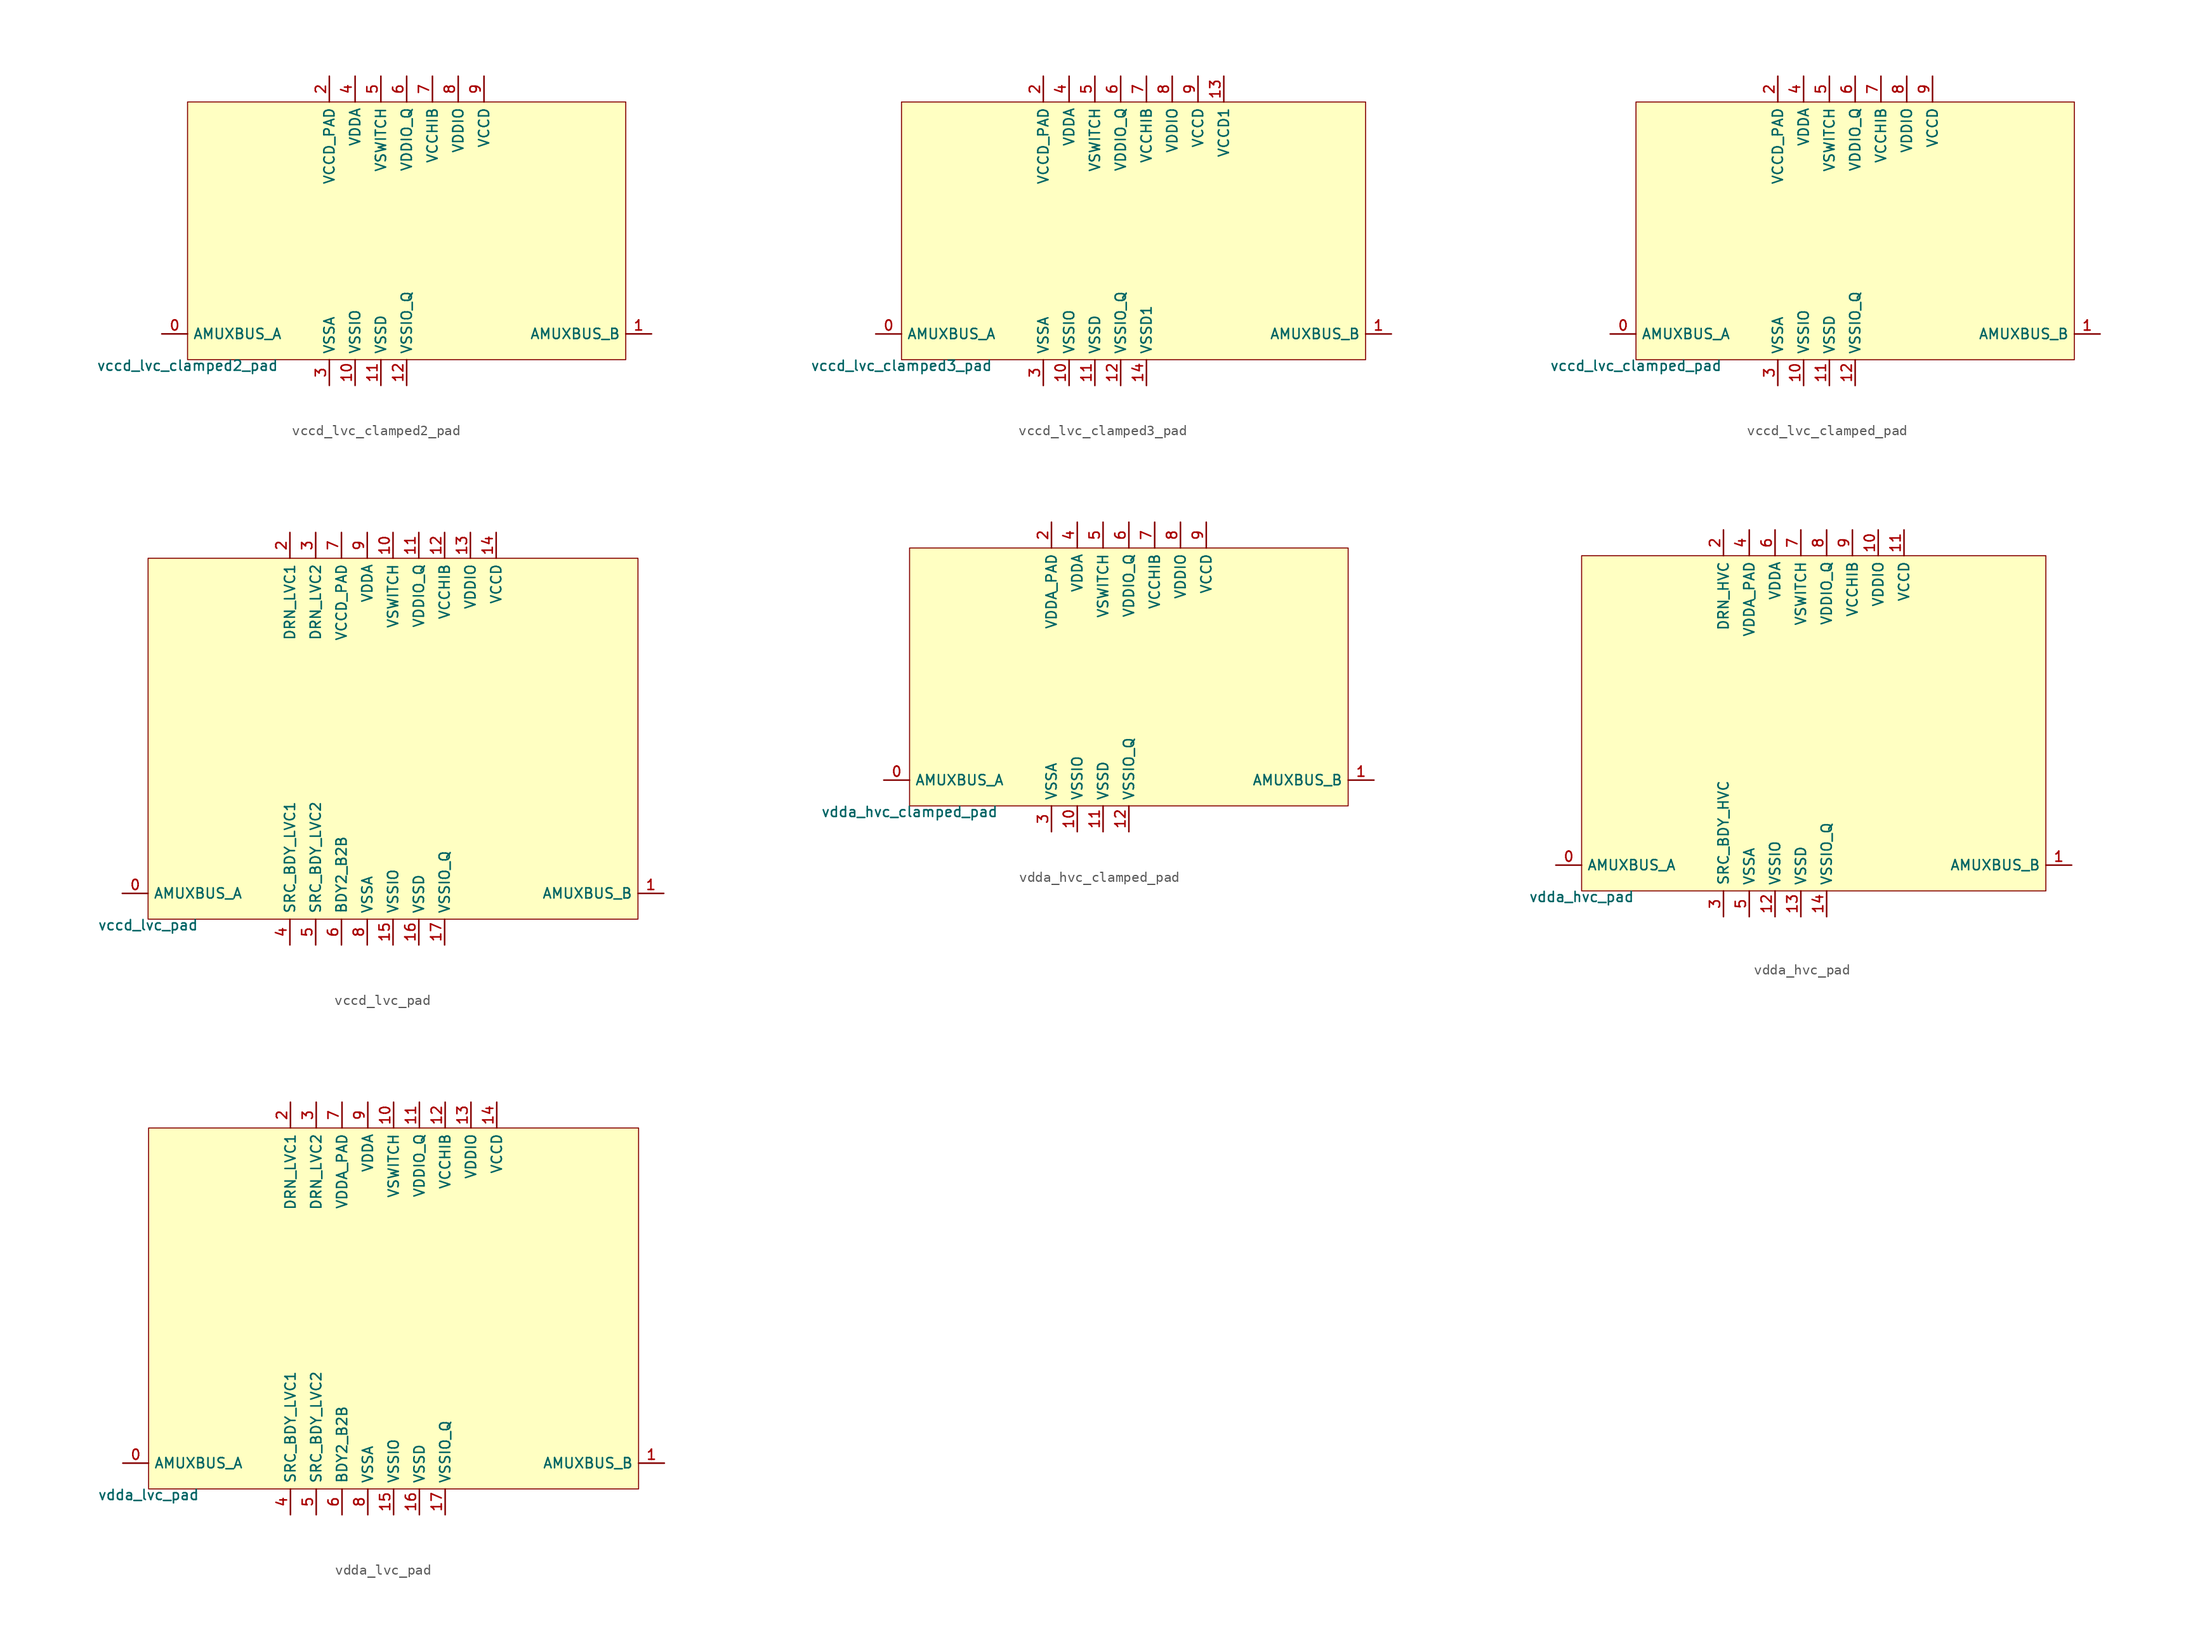
<source format=kicad_sym>
(kicad_symbol_lib
  (version 20211014)
  (generator lef2kicad_sym)
  (symbol "vccd_lvc_clamped2_pad"
    (property "Reference" "CELL"
      (at 0 0 0)
      (effects (font (size 1 1)) hide))
    (property "Value" "vccd_lvc_clamped2_pad"
      (at -21.59 -12.7 0)
      (effects (font (size 1 1)) (justify top)))
    (rectangle
      (start -21.59 -12.7)
      (end 21.59 12.7)
      (stroke (width 0.1) (type solid) (color 0 0 0 0))
      (fill (type background)))
    (pin bidirectional line
      (at -24.13 -10.16 0)
      (length 2.54)
      (name "AMUXBUS_A" (effects (font (size 1 1)) hide))
      (number "0" (effects (font (size 1 1)) hide)))
    (pin bidirectional line
      (at 24.13 -10.16 180)
      (length 2.54)
      (name "AMUXBUS_B" (effects (font (size 1 1)) hide))
      (number "1" (effects (font (size 1 1)) hide)))
    (pin power_in line
      (at -7.62 15.24 270)
      (length 2.54)
      (name "VCCD_PAD" (effects (font (size 1 1)) hide))
      (number "2" (effects (font (size 1 1)) hide)))
    (pin power_in line
      (at -7.62 -15.24 90)
      (length 2.54)
      (name "VSSA" (effects (font (size 1 1)) hide))
      (number "3" (effects (font (size 1 1)) hide)))
    (pin power_in line
      (at -5.08 15.24 270)
      (length 2.54)
      (name "VDDA" (effects (font (size 1 1)) hide))
      (number "4" (effects (font (size 1 1)) hide)))
    (pin power_in line
      (at -2.54 15.24 270)
      (length 2.54)
      (name "VSWITCH" (effects (font (size 1 1)) hide))
      (number "5" (effects (font (size 1 1)) hide)))
    (pin power_in line
      (at 0.0 15.24 270)
      (length 2.54)
      (name "VDDIO_Q" (effects (font (size 1 1)) hide))
      (number "6" (effects (font (size 1 1)) hide)))
    (pin power_in line
      (at 2.54 15.24 270)
      (length 2.54)
      (name "VCCHIB" (effects (font (size 1 1)) hide))
      (number "7" (effects (font (size 1 1)) hide)))
    (pin power_in line
      (at 5.08 15.24 270)
      (length 2.54)
      (name "VDDIO" (effects (font (size 1 1)) hide))
      (number "8" (effects (font (size 1 1)) hide)))
    (pin power_in line
      (at 7.62 15.24 270)
      (length 2.54)
      (name "VCCD" (effects (font (size 1 1)) hide))
      (number "9" (effects (font (size 1 1)) hide)))
    (pin power_in line
      (at -5.08 -15.24 90)
      (length 2.54)
      (name "VSSIO" (effects (font (size 1 1)) hide))
      (number "10" (effects (font (size 1 1)) hide)))
    (pin power_in line
      (at -2.54 -15.24 90)
      (length 2.54)
      (name "VSSD" (effects (font (size 1 1)) hide))
      (number "11" (effects (font (size 1 1)) hide)))
    (pin power_in line
      (at 0.0 -15.24 90)
      (length 2.54)
      (name "VSSIO_Q" (effects (font (size 1 1)) hide))
      (number "12" (effects (font (size 1 1)) hide))))
  (symbol "vccd_lvc_clamped3_pad"
    (property "Reference" "CELL"
      (at 0 0 0)
      (effects (font (size 1 1)) hide))
    (property "Value" "vccd_lvc_clamped3_pad"
      (at -22.86 -12.7 0)
      (effects (font (size 1 1)) (justify top)))
    (rectangle
      (start -22.86 -12.7)
      (end 22.86 12.7)
      (stroke (width 0.1) (type solid) (color 0 0 0 0))
      (fill (type background)))
    (pin bidirectional line
      (at -25.4 -10.16 0)
      (length 2.54)
      (name "AMUXBUS_A" (effects (font (size 1 1)) hide))
      (number "0" (effects (font (size 1 1)) hide)))
    (pin bidirectional line
      (at 25.4 -10.16 180)
      (length 2.54)
      (name "AMUXBUS_B" (effects (font (size 1 1)) hide))
      (number "1" (effects (font (size 1 1)) hide)))
    (pin power_in line
      (at -8.89 15.24 270)
      (length 2.54)
      (name "VCCD_PAD" (effects (font (size 1 1)) hide))
      (number "2" (effects (font (size 1 1)) hide)))
    (pin power_in line
      (at -8.89 -15.24 90)
      (length 2.54)
      (name "VSSA" (effects (font (size 1 1)) hide))
      (number "3" (effects (font (size 1 1)) hide)))
    (pin power_in line
      (at -6.35 15.24 270)
      (length 2.54)
      (name "VDDA" (effects (font (size 1 1)) hide))
      (number "4" (effects (font (size 1 1)) hide)))
    (pin power_in line
      (at -3.81 15.24 270)
      (length 2.54)
      (name "VSWITCH" (effects (font (size 1 1)) hide))
      (number "5" (effects (font (size 1 1)) hide)))
    (pin power_in line
      (at -1.27 15.24 270)
      (length 2.54)
      (name "VDDIO_Q" (effects (font (size 1 1)) hide))
      (number "6" (effects (font (size 1 1)) hide)))
    (pin power_in line
      (at 1.27 15.24 270)
      (length 2.54)
      (name "VCCHIB" (effects (font (size 1 1)) hide))
      (number "7" (effects (font (size 1 1)) hide)))
    (pin power_in line
      (at 3.81 15.24 270)
      (length 2.54)
      (name "VDDIO" (effects (font (size 1 1)) hide))
      (number "8" (effects (font (size 1 1)) hide)))
    (pin power_in line
      (at 6.35 15.24 270)
      (length 2.54)
      (name "VCCD" (effects (font (size 1 1)) hide))
      (number "9" (effects (font (size 1 1)) hide)))
    (pin power_in line
      (at -6.35 -15.24 90)
      (length 2.54)
      (name "VSSIO" (effects (font (size 1 1)) hide))
      (number "10" (effects (font (size 1 1)) hide)))
    (pin power_in line
      (at -3.81 -15.24 90)
      (length 2.54)
      (name "VSSD" (effects (font (size 1 1)) hide))
      (number "11" (effects (font (size 1 1)) hide)))
    (pin power_in line
      (at -1.27 -15.24 90)
      (length 2.54)
      (name "VSSIO_Q" (effects (font (size 1 1)) hide))
      (number "12" (effects (font (size 1 1)) hide)))
    (pin power_in line
      (at 8.89 15.24 270)
      (length 2.54)
      (name "VCCD1" (effects (font (size 1 1)) hide))
      (number "13" (effects (font (size 1 1)) hide)))
    (pin power_in line
      (at 1.27 -15.24 90)
      (length 2.54)
      (name "VSSD1" (effects (font (size 1 1)) hide))
      (number "14" (effects (font (size 1 1)) hide))))
  (symbol "vccd_lvc_clamped_pad"
    (property "Reference" "CELL"
      (at 0 0 0)
      (effects (font (size 1 1)) hide))
    (property "Value" "vccd_lvc_clamped_pad"
      (at -21.59 -12.7 0)
      (effects (font (size 1 1)) (justify top)))
    (rectangle
      (start -21.59 -12.7)
      (end 21.59 12.7)
      (stroke (width 0.1) (type solid) (color 0 0 0 0))
      (fill (type background)))
    (pin bidirectional line
      (at -24.13 -10.16 0)
      (length 2.54)
      (name "AMUXBUS_A" (effects (font (size 1 1)) hide))
      (number "0" (effects (font (size 1 1)) hide)))
    (pin bidirectional line
      (at 24.13 -10.16 180)
      (length 2.54)
      (name "AMUXBUS_B" (effects (font (size 1 1)) hide))
      (number "1" (effects (font (size 1 1)) hide)))
    (pin power_in line
      (at -7.62 15.24 270)
      (length 2.54)
      (name "VCCD_PAD" (effects (font (size 1 1)) hide))
      (number "2" (effects (font (size 1 1)) hide)))
    (pin power_in line
      (at -7.62 -15.24 90)
      (length 2.54)
      (name "VSSA" (effects (font (size 1 1)) hide))
      (number "3" (effects (font (size 1 1)) hide)))
    (pin power_in line
      (at -5.08 15.24 270)
      (length 2.54)
      (name "VDDA" (effects (font (size 1 1)) hide))
      (number "4" (effects (font (size 1 1)) hide)))
    (pin power_in line
      (at -2.54 15.24 270)
      (length 2.54)
      (name "VSWITCH" (effects (font (size 1 1)) hide))
      (number "5" (effects (font (size 1 1)) hide)))
    (pin power_in line
      (at 0.0 15.24 270)
      (length 2.54)
      (name "VDDIO_Q" (effects (font (size 1 1)) hide))
      (number "6" (effects (font (size 1 1)) hide)))
    (pin power_in line
      (at 2.54 15.24 270)
      (length 2.54)
      (name "VCCHIB" (effects (font (size 1 1)) hide))
      (number "7" (effects (font (size 1 1)) hide)))
    (pin power_in line
      (at 5.08 15.24 270)
      (length 2.54)
      (name "VDDIO" (effects (font (size 1 1)) hide))
      (number "8" (effects (font (size 1 1)) hide)))
    (pin power_in line
      (at 7.62 15.24 270)
      (length 2.54)
      (name "VCCD" (effects (font (size 1 1)) hide))
      (number "9" (effects (font (size 1 1)) hide)))
    (pin power_in line
      (at -5.08 -15.24 90)
      (length 2.54)
      (name "VSSIO" (effects (font (size 1 1)) hide))
      (number "10" (effects (font (size 1 1)) hide)))
    (pin power_in line
      (at -2.54 -15.24 90)
      (length 2.54)
      (name "VSSD" (effects (font (size 1 1)) hide))
      (number "11" (effects (font (size 1 1)) hide)))
    (pin power_in line
      (at 0.0 -15.24 90)
      (length 2.54)
      (name "VSSIO_Q" (effects (font (size 1 1)) hide))
      (number "12" (effects (font (size 1 1)) hide))))
  (symbol "vccd_lvc_pad"
    (property "Reference" "CELL"
      (at 0 0 0)
      (effects (font (size 1 1)) hide))
    (property "Value" "vccd_lvc_pad"
      (at -24.13 -17.78 0)
      (effects (font (size 1 1)) (justify top)))
    (rectangle
      (start -24.13 -17.78)
      (end 24.13 17.78)
      (stroke (width 0.1) (type solid) (color 0 0 0 0))
      (fill (type background)))
    (pin bidirectional line
      (at -26.67 -15.24 0)
      (length 2.54)
      (name "AMUXBUS_A" (effects (font (size 1 1)) hide))
      (number "0" (effects (font (size 1 1)) hide)))
    (pin bidirectional line
      (at 26.67 -15.24 180)
      (length 2.54)
      (name "AMUXBUS_B" (effects (font (size 1 1)) hide))
      (number "1" (effects (font (size 1 1)) hide)))
    (pin power_in line
      (at -10.16 20.32 270)
      (length 2.54)
      (name "DRN_LVC1" (effects (font (size 1 1)) hide))
      (number "2" (effects (font (size 1 1)) hide)))
    (pin power_in line
      (at -7.62 20.32 270)
      (length 2.54)
      (name "DRN_LVC2" (effects (font (size 1 1)) hide))
      (number "3" (effects (font (size 1 1)) hide)))
    (pin power_in line
      (at -10.16 -20.32 90)
      (length 2.54)
      (name "SRC_BDY_LVC1" (effects (font (size 1 1)) hide))
      (number "4" (effects (font (size 1 1)) hide)))
    (pin power_in line
      (at -7.62 -20.32 90)
      (length 2.54)
      (name "SRC_BDY_LVC2" (effects (font (size 1 1)) hide))
      (number "5" (effects (font (size 1 1)) hide)))
    (pin power_in line
      (at -5.08 -20.32 90)
      (length 2.54)
      (name "BDY2_B2B" (effects (font (size 1 1)) hide))
      (number "6" (effects (font (size 1 1)) hide)))
    (pin power_in line
      (at -5.08 20.32 270)
      (length 2.54)
      (name "VCCD_PAD" (effects (font (size 1 1)) hide))
      (number "7" (effects (font (size 1 1)) hide)))
    (pin power_in line
      (at -2.54 -20.32 90)
      (length 2.54)
      (name "VSSA" (effects (font (size 1 1)) hide))
      (number "8" (effects (font (size 1 1)) hide)))
    (pin power_in line
      (at -2.54 20.32 270)
      (length 2.54)
      (name "VDDA" (effects (font (size 1 1)) hide))
      (number "9" (effects (font (size 1 1)) hide)))
    (pin power_in line
      (at 0.0 20.32 270)
      (length 2.54)
      (name "VSWITCH" (effects (font (size 1 1)) hide))
      (number "10" (effects (font (size 1 1)) hide)))
    (pin power_in line
      (at 2.54 20.32 270)
      (length 2.54)
      (name "VDDIO_Q" (effects (font (size 1 1)) hide))
      (number "11" (effects (font (size 1 1)) hide)))
    (pin power_in line
      (at 5.08 20.32 270)
      (length 2.54)
      (name "VCCHIB" (effects (font (size 1 1)) hide))
      (number "12" (effects (font (size 1 1)) hide)))
    (pin power_in line
      (at 7.62 20.32 270)
      (length 2.54)
      (name "VDDIO" (effects (font (size 1 1)) hide))
      (number "13" (effects (font (size 1 1)) hide)))
    (pin power_in line
      (at 10.16 20.32 270)
      (length 2.54)
      (name "VCCD" (effects (font (size 1 1)) hide))
      (number "14" (effects (font (size 1 1)) hide)))
    (pin power_in line
      (at 0.0 -20.32 90)
      (length 2.54)
      (name "VSSIO" (effects (font (size 1 1)) hide))
      (number "15" (effects (font (size 1 1)) hide)))
    (pin power_in line
      (at 2.54 -20.32 90)
      (length 2.54)
      (name "VSSD" (effects (font (size 1 1)) hide))
      (number "16" (effects (font (size 1 1)) hide)))
    (pin power_in line
      (at 5.08 -20.32 90)
      (length 2.54)
      (name "VSSIO_Q" (effects (font (size 1 1)) hide))
      (number "17" (effects (font (size 1 1)) hide))))
  (symbol "vdda_hvc_clamped_pad"
    (property "Reference" "CELL"
      (at 0 0 0)
      (effects (font (size 1 1)) hide))
    (property "Value" "vdda_hvc_clamped_pad"
      (at -21.59 -12.7 0)
      (effects (font (size 1 1)) (justify top)))
    (rectangle
      (start -21.59 -12.7)
      (end 21.59 12.7)
      (stroke (width 0.1) (type solid) (color 0 0 0 0))
      (fill (type background)))
    (pin bidirectional line
      (at -24.13 -10.16 0)
      (length 2.54)
      (name "AMUXBUS_A" (effects (font (size 1 1)) hide))
      (number "0" (effects (font (size 1 1)) hide)))
    (pin bidirectional line
      (at 24.13 -10.16 180)
      (length 2.54)
      (name "AMUXBUS_B" (effects (font (size 1 1)) hide))
      (number "1" (effects (font (size 1 1)) hide)))
    (pin power_in line
      (at -7.62 15.24 270)
      (length 2.54)
      (name "VDDA_PAD" (effects (font (size 1 1)) hide))
      (number "2" (effects (font (size 1 1)) hide)))
    (pin power_in line
      (at -7.62 -15.24 90)
      (length 2.54)
      (name "VSSA" (effects (font (size 1 1)) hide))
      (number "3" (effects (font (size 1 1)) hide)))
    (pin power_in line
      (at -5.08 15.24 270)
      (length 2.54)
      (name "VDDA" (effects (font (size 1 1)) hide))
      (number "4" (effects (font (size 1 1)) hide)))
    (pin power_in line
      (at -2.54 15.24 270)
      (length 2.54)
      (name "VSWITCH" (effects (font (size 1 1)) hide))
      (number "5" (effects (font (size 1 1)) hide)))
    (pin power_in line
      (at 0.0 15.24 270)
      (length 2.54)
      (name "VDDIO_Q" (effects (font (size 1 1)) hide))
      (number "6" (effects (font (size 1 1)) hide)))
    (pin power_in line
      (at 2.54 15.24 270)
      (length 2.54)
      (name "VCCHIB" (effects (font (size 1 1)) hide))
      (number "7" (effects (font (size 1 1)) hide)))
    (pin power_in line
      (at 5.08 15.24 270)
      (length 2.54)
      (name "VDDIO" (effects (font (size 1 1)) hide))
      (number "8" (effects (font (size 1 1)) hide)))
    (pin power_in line
      (at 7.62 15.24 270)
      (length 2.54)
      (name "VCCD" (effects (font (size 1 1)) hide))
      (number "9" (effects (font (size 1 1)) hide)))
    (pin power_in line
      (at -5.08 -15.24 90)
      (length 2.54)
      (name "VSSIO" (effects (font (size 1 1)) hide))
      (number "10" (effects (font (size 1 1)) hide)))
    (pin power_in line
      (at -2.54 -15.24 90)
      (length 2.54)
      (name "VSSD" (effects (font (size 1 1)) hide))
      (number "11" (effects (font (size 1 1)) hide)))
    (pin power_in line
      (at 0.0 -15.24 90)
      (length 2.54)
      (name "VSSIO_Q" (effects (font (size 1 1)) hide))
      (number "12" (effects (font (size 1 1)) hide))))
  (symbol "vdda_hvc_pad"
    (property "Reference" "CELL"
      (at 0 0 0)
      (effects (font (size 1 1)) hide))
    (property "Value" "vdda_hvc_pad"
      (at -22.86 -16.51 0)
      (effects (font (size 1 1)) (justify top)))
    (rectangle
      (start -22.86 -16.51)
      (end 22.86 16.51)
      (stroke (width 0.1) (type solid) (color 0 0 0 0))
      (fill (type background)))
    (pin bidirectional line
      (at -25.4 -13.97 0)
      (length 2.54)
      (name "AMUXBUS_A" (effects (font (size 1 1)) hide))
      (number "0" (effects (font (size 1 1)) hide)))
    (pin bidirectional line
      (at 25.4 -13.97 180)
      (length 2.54)
      (name "AMUXBUS_B" (effects (font (size 1 1)) hide))
      (number "1" (effects (font (size 1 1)) hide)))
    (pin power_in line
      (at -8.89 19.05 270)
      (length 2.54)
      (name "DRN_HVC" (effects (font (size 1 1)) hide))
      (number "2" (effects (font (size 1 1)) hide)))
    (pin power_in line
      (at -8.89 -19.05 90)
      (length 2.54)
      (name "SRC_BDY_HVC" (effects (font (size 1 1)) hide))
      (number "3" (effects (font (size 1 1)) hide)))
    (pin power_in line
      (at -6.35 19.05 270)
      (length 2.54)
      (name "VDDA_PAD" (effects (font (size 1 1)) hide))
      (number "4" (effects (font (size 1 1)) hide)))
    (pin power_in line
      (at -6.35 -19.05 90)
      (length 2.54)
      (name "VSSA" (effects (font (size 1 1)) hide))
      (number "5" (effects (font (size 1 1)) hide)))
    (pin power_in line
      (at -3.81 19.05 270)
      (length 2.54)
      (name "VDDA" (effects (font (size 1 1)) hide))
      (number "6" (effects (font (size 1 1)) hide)))
    (pin power_in line
      (at -1.27 19.05 270)
      (length 2.54)
      (name "VSWITCH" (effects (font (size 1 1)) hide))
      (number "7" (effects (font (size 1 1)) hide)))
    (pin power_in line
      (at 1.27 19.05 270)
      (length 2.54)
      (name "VDDIO_Q" (effects (font (size 1 1)) hide))
      (number "8" (effects (font (size 1 1)) hide)))
    (pin power_in line
      (at 3.81 19.05 270)
      (length 2.54)
      (name "VCCHIB" (effects (font (size 1 1)) hide))
      (number "9" (effects (font (size 1 1)) hide)))
    (pin power_in line
      (at 6.35 19.05 270)
      (length 2.54)
      (name "VDDIO" (effects (font (size 1 1)) hide))
      (number "10" (effects (font (size 1 1)) hide)))
    (pin power_in line
      (at 8.89 19.05 270)
      (length 2.54)
      (name "VCCD" (effects (font (size 1 1)) hide))
      (number "11" (effects (font (size 1 1)) hide)))
    (pin power_in line
      (at -3.81 -19.05 90)
      (length 2.54)
      (name "VSSIO" (effects (font (size 1 1)) hide))
      (number "12" (effects (font (size 1 1)) hide)))
    (pin power_in line
      (at -1.27 -19.05 90)
      (length 2.54)
      (name "VSSD" (effects (font (size 1 1)) hide))
      (number "13" (effects (font (size 1 1)) hide)))
    (pin power_in line
      (at 1.27 -19.05 90)
      (length 2.54)
      (name "VSSIO_Q" (effects (font (size 1 1)) hide))
      (number "14" (effects (font (size 1 1)) hide))))
  (symbol "vdda_lvc_pad"
    (property "Reference" "CELL"
      (at 0 0 0)
      (effects (font (size 1 1)) hide))
    (property "Value" "vdda_lvc_pad"
      (at -24.13 -17.78 0)
      (effects (font (size 1 1)) (justify top)))
    (rectangle
      (start -24.13 -17.78)
      (end 24.13 17.78)
      (stroke (width 0.1) (type solid) (color 0 0 0 0))
      (fill (type background)))
    (pin bidirectional line
      (at -26.67 -15.24 0)
      (length 2.54)
      (name "AMUXBUS_A" (effects (font (size 1 1)) hide))
      (number "0" (effects (font (size 1 1)) hide)))
    (pin bidirectional line
      (at 26.67 -15.24 180)
      (length 2.54)
      (name "AMUXBUS_B" (effects (font (size 1 1)) hide))
      (number "1" (effects (font (size 1 1)) hide)))
    (pin power_in line
      (at -10.16 20.32 270)
      (length 2.54)
      (name "DRN_LVC1" (effects (font (size 1 1)) hide))
      (number "2" (effects (font (size 1 1)) hide)))
    (pin power_in line
      (at -7.62 20.32 270)
      (length 2.54)
      (name "DRN_LVC2" (effects (font (size 1 1)) hide))
      (number "3" (effects (font (size 1 1)) hide)))
    (pin power_in line
      (at -10.16 -20.32 90)
      (length 2.54)
      (name "SRC_BDY_LVC1" (effects (font (size 1 1)) hide))
      (number "4" (effects (font (size 1 1)) hide)))
    (pin power_in line
      (at -7.62 -20.32 90)
      (length 2.54)
      (name "SRC_BDY_LVC2" (effects (font (size 1 1)) hide))
      (number "5" (effects (font (size 1 1)) hide)))
    (pin power_in line
      (at -5.08 -20.32 90)
      (length 2.54)
      (name "BDY2_B2B" (effects (font (size 1 1)) hide))
      (number "6" (effects (font (size 1 1)) hide)))
    (pin power_in line
      (at -5.08 20.32 270)
      (length 2.54)
      (name "VDDA_PAD" (effects (font (size 1 1)) hide))
      (number "7" (effects (font (size 1 1)) hide)))
    (pin power_in line
      (at -2.54 -20.32 90)
      (length 2.54)
      (name "VSSA" (effects (font (size 1 1)) hide))
      (number "8" (effects (font (size 1 1)) hide)))
    (pin power_in line
      (at -2.54 20.32 270)
      (length 2.54)
      (name "VDDA" (effects (font (size 1 1)) hide))
      (number "9" (effects (font (size 1 1)) hide)))
    (pin power_in line
      (at 0.0 20.32 270)
      (length 2.54)
      (name "VSWITCH" (effects (font (size 1 1)) hide))
      (number "10" (effects (font (size 1 1)) hide)))
    (pin power_in line
      (at 2.54 20.32 270)
      (length 2.54)
      (name "VDDIO_Q" (effects (font (size 1 1)) hide))
      (number "11" (effects (font (size 1 1)) hide)))
    (pin power_in line
      (at 5.08 20.32 270)
      (length 2.54)
      (name "VCCHIB" (effects (font (size 1 1)) hide))
      (number "12" (effects (font (size 1 1)) hide)))
    (pin power_in line
      (at 7.62 20.32 270)
      (length 2.54)
      (name "VDDIO" (effects (font (size 1 1)) hide))
      (number "13" (effects (font (size 1 1)) hide)))
    (pin power_in line
      (at 10.16 20.32 270)
      (length 2.54)
      (name "VCCD" (effects (font (size 1 1)) hide))
      (number "14" (effects (font (size 1 1)) hide)))
    (pin power_in line
      (at 0.0 -20.32 90)
      (length 2.54)
      (name "VSSIO" (effects (font (size 1 1)) hide))
      (number "15" (effects (font (size 1 1)) hide)))
    (pin power_in line
      (at 2.54 -20.32 90)
      (length 2.54)
      (name "VSSD" (effects (font (size 1 1)) hide))
      (number "16" (effects (font (size 1 1)) hide)))
    (pin power_in line
      (at 5.08 -20.32 90)
      (length 2.54)
      (name "VSSIO_Q" (effects (font (size 1 1)) hide))
      (number "17" (effects (font (size 1 1)) hide)))))
</source>
